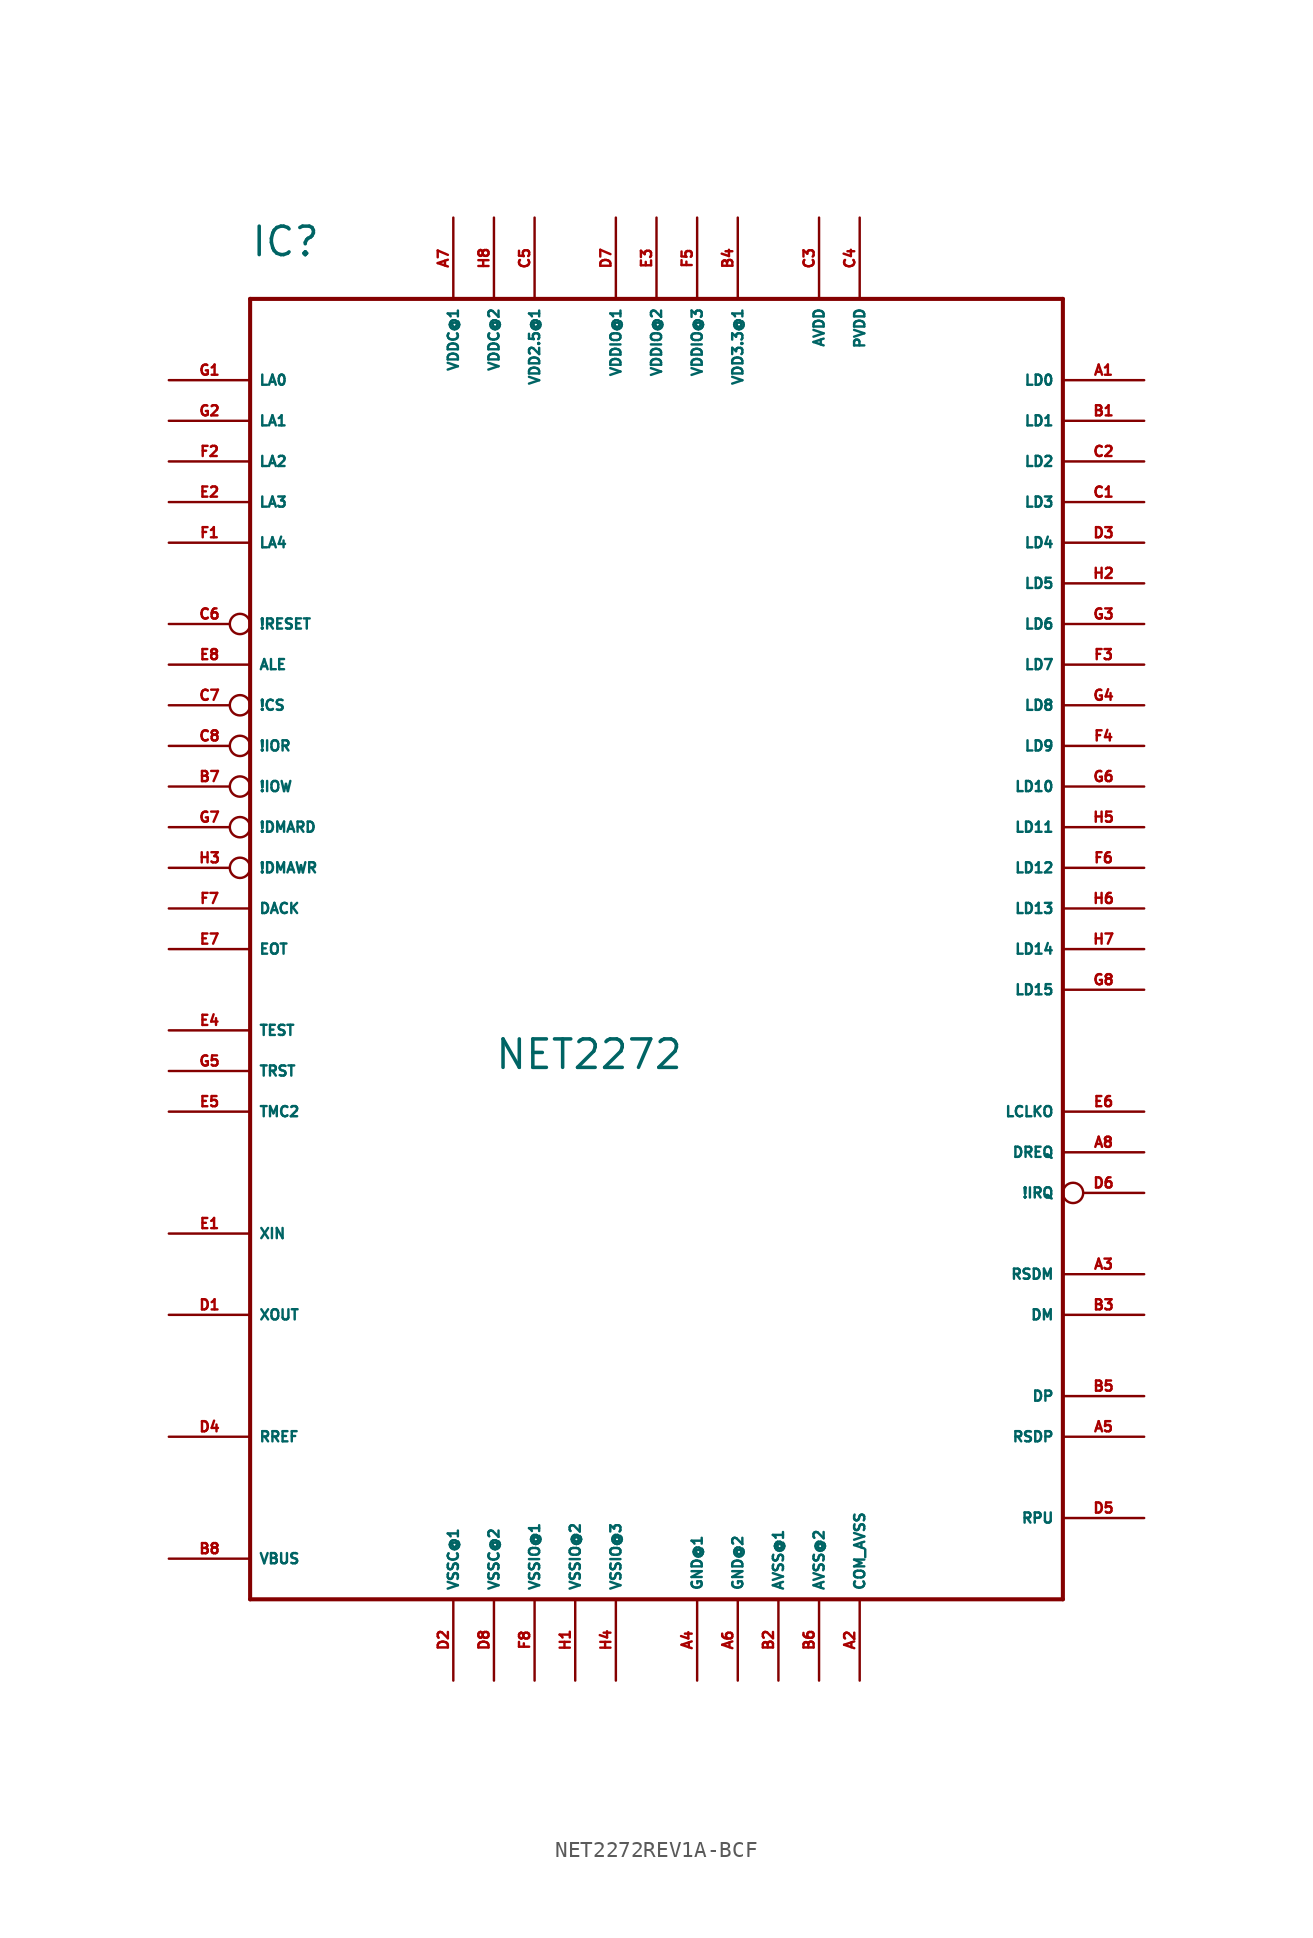
<source format=kicad_sym>
(kicad_symbol_lib
  (version 20220914)
  (generator Eagle2Kicad)
  (symbol "NET2272REV1A-BCF"
    (property "Reference" "IC"
      (at -25.4 43.18 0)
      (effects (font (size 1.778 1.778) (thickness 0.22)) (justify left bottom)))
    (property "Value" "NET2272"
      (at -10.16 -7.62 0)
      (effects (font (size 1.778 1.778) (thickness 0.22)) (justify left bottom)))
    (polyline
      (pts (xy -25.4 40.64) (xy 25.4 40.64))
      (stroke (width 0.254) (type default))
      (fill (type none)))
    (polyline
      (pts (xy 25.4 40.64) (xy 25.4 -40.64))
      (stroke (width 0.254) (type default))
      (fill (type none)))
    (polyline
      (pts (xy 25.4 -40.64) (xy -25.4 -40.64))
      (stroke (width 0.254) (type default))
      (fill (type none)))
    (polyline
      (pts (xy -25.4 -40.64) (xy -25.4 40.64))
      (stroke (width 0.254) (type default))
      (fill (type none)))
    (pin unspecified line
      (at -12.7 -45.72 90)
      (length 5.08)
      (name "VSSC@1" (effects (font (size 0.635 0.635) (thickness 0.08)) (justify left bottom)))
      (number "D2" (effects (font (size 0.635 0.635) (thickness 0.08)) (justify left bottom))))
    (pin unspecified line
      (at -10.16 -45.72 90)
      (length 5.08)
      (name "VSSC@2" (effects (font (size 0.635 0.635) (thickness 0.08)) (justify left bottom)))
      (number "D8" (effects (font (size 0.635 0.635) (thickness 0.08)) (justify left bottom))))
    (pin unspecified line
      (at -12.7 45.72 270)
      (length 5.08)
      (name "VDDC@1" (effects (font (size 0.635 0.635) (thickness 0.08)) (justify left bottom)))
      (number "A7" (effects (font (size 0.635 0.635) (thickness 0.08)) (justify left bottom))))
    (pin unspecified line
      (at -10.16 45.72 270)
      (length 5.08)
      (name "VDDC@2" (effects (font (size 0.635 0.635) (thickness 0.08)) (justify left bottom)))
      (number "H8" (effects (font (size 0.635 0.635) (thickness 0.08)) (justify left bottom))))
    (pin unspecified line
      (at -2.54 45.72 270)
      (length 5.08)
      (name "VDDIO@1" (effects (font (size 0.635 0.635) (thickness 0.08)) (justify left bottom)))
      (number "D7" (effects (font (size 0.635 0.635) (thickness 0.08)) (justify left bottom))))
    (pin unspecified line
      (at 0 45.72 270)
      (length 5.08)
      (name "VDDIO@2" (effects (font (size 0.635 0.635) (thickness 0.08)) (justify left bottom)))
      (number "E3" (effects (font (size 0.635 0.635) (thickness 0.08)) (justify left bottom))))
    (pin unspecified line
      (at 2.54 45.72 270)
      (length 5.08)
      (name "VDDIO@3" (effects (font (size 0.635 0.635) (thickness 0.08)) (justify left bottom)))
      (number "F5" (effects (font (size 0.635 0.635) (thickness 0.08)) (justify left bottom))))
    (pin unspecified line
      (at -7.62 -45.72 90)
      (length 5.08)
      (name "VSSIO@1" (effects (font (size 0.635 0.635) (thickness 0.08)) (justify left bottom)))
      (number "F8" (effects (font (size 0.635 0.635) (thickness 0.08)) (justify left bottom))))
    (pin unspecified line
      (at -5.08 -45.72 90)
      (length 5.08)
      (name "VSSIO@2" (effects (font (size 0.635 0.635) (thickness 0.08)) (justify left bottom)))
      (number "H1" (effects (font (size 0.635 0.635) (thickness 0.08)) (justify left bottom))))
    (pin unspecified line
      (at -2.54 -45.72 90)
      (length 5.08)
      (name "VSSIO@3" (effects (font (size 0.635 0.635) (thickness 0.08)) (justify left bottom)))
      (number "H4" (effects (font (size 0.635 0.635) (thickness 0.08)) (justify left bottom))))
    (pin bidirectional line
      (at 30.48 -27.94 180)
      (length 5.08)
      (name "DP" (effects (font (size 0.635 0.635) (thickness 0.08)) (justify left bottom)))
      (number "B5" (effects (font (size 0.635 0.635) (thickness 0.08)) (justify left bottom))))
    (pin bidirectional line
      (at 30.48 -22.86 180)
      (length 5.08)
      (name "DM" (effects (font (size 0.635 0.635) (thickness 0.08)) (justify left bottom)))
      (number "B3" (effects (font (size 0.635 0.635) (thickness 0.08)) (justify left bottom))))
    (pin output line
      (at 30.48 -30.48 180)
      (length 5.08)
      (name "RSDP" (effects (font (size 0.635 0.635) (thickness 0.08)) (justify left bottom)))
      (number "A5" (effects (font (size 0.635 0.635) (thickness 0.08)) (justify left bottom))))
    (pin output line
      (at 30.48 -20.32 180)
      (length 5.08)
      (name "RSDM" (effects (font (size 0.635 0.635) (thickness 0.08)) (justify left bottom)))
      (number "A3" (effects (font (size 0.635 0.635) (thickness 0.08)) (justify left bottom))))
    (pin output line
      (at 30.48 -35.56 180)
      (length 5.08)
      (name "RPU" (effects (font (size 0.635 0.635) (thickness 0.08)) (justify left bottom)))
      (number "D5" (effects (font (size 0.635 0.635) (thickness 0.08)) (justify left bottom))))
    (pin input line
      (at -30.48 -30.48 0)
      (length 5.08)
      (name "RREF" (effects (font (size 0.635 0.635) (thickness 0.08)) (justify left bottom)))
      (number "D4" (effects (font (size 0.635 0.635) (thickness 0.08)) (justify left bottom))))
    (pin unspecified line
      (at -7.62 45.72 270)
      (length 5.08)
      (name "VDD2.5@1" (effects (font (size 0.635 0.635) (thickness 0.08)) (justify left bottom)))
      (number "C5" (effects (font (size 0.635 0.635) (thickness 0.08)) (justify left bottom))))
    (pin unspecified line
      (at 5.08 45.72 270)
      (length 5.08)
      (name "VDD3.3@1" (effects (font (size 0.635 0.635) (thickness 0.08)) (justify left bottom)))
      (number "B4" (effects (font (size 0.635 0.635) (thickness 0.08)) (justify left bottom))))
    (pin unspecified line
      (at 12.7 45.72 270)
      (length 5.08)
      (name "PVDD" (effects (font (size 0.635 0.635) (thickness 0.08)) (justify left bottom)))
      (number "C4" (effects (font (size 0.635 0.635) (thickness 0.08)) (justify left bottom))))
    (pin unspecified line
      (at 10.16 45.72 270)
      (length 5.08)
      (name "AVDD" (effects (font (size 0.635 0.635) (thickness 0.08)) (justify left bottom)))
      (number "C3" (effects (font (size 0.635 0.635) (thickness 0.08)) (justify left bottom))))
    (pin unspecified line
      (at 2.54 -45.72 90)
      (length 5.08)
      (name "GND@1" (effects (font (size 0.635 0.635) (thickness 0.08)) (justify left bottom)))
      (number "A4" (effects (font (size 0.635 0.635) (thickness 0.08)) (justify left bottom))))
    (pin unspecified line
      (at 5.08 -45.72 90)
      (length 5.08)
      (name "GND@2" (effects (font (size 0.635 0.635) (thickness 0.08)) (justify left bottom)))
      (number "A6" (effects (font (size 0.635 0.635) (thickness 0.08)) (justify left bottom))))
    (pin unspecified line
      (at 7.62 -45.72 90)
      (length 5.08)
      (name "AVSS@1" (effects (font (size 0.635 0.635) (thickness 0.08)) (justify left bottom)))
      (number "B2" (effects (font (size 0.635 0.635) (thickness 0.08)) (justify left bottom))))
    (pin unspecified line
      (at 10.16 -45.72 90)
      (length 5.08)
      (name "AVSS@2" (effects (font (size 0.635 0.635) (thickness 0.08)) (justify left bottom)))
      (number "B6" (effects (font (size 0.635 0.635) (thickness 0.08)) (justify left bottom))))
    (pin unspecified line
      (at 12.7 -45.72 90)
      (length 5.08)
      (name "COM_AVSS" (effects (font (size 0.635 0.635) (thickness 0.08)) (justify left bottom)))
      (number "A2" (effects (font (size 0.635 0.635) (thickness 0.08)) (justify left bottom))))
    (pin input line
      (at -30.48 -17.78 0)
      (length 5.08)
      (name "XIN" (effects (font (size 0.635 0.635) (thickness 0.08)) (justify left bottom)))
      (number "E1" (effects (font (size 0.635 0.635) (thickness 0.08)) (justify left bottom))))
    (pin output line
      (at -30.48 -22.86 0)
      (length 5.08)
      (name "XOUT" (effects (font (size 0.635 0.635) (thickness 0.08)) (justify left bottom)))
      (number "D1" (effects (font (size 0.635 0.635) (thickness 0.08)) (justify left bottom))))
    (pin output line
      (at 30.48 -10.16 180)
      (length 5.08)
      (name "LCLKO" (effects (font (size 0.635 0.635) (thickness 0.08)) (justify left bottom)))
      (number "E6" (effects (font (size 0.635 0.635) (thickness 0.08)) (justify left bottom))))
    (pin input inverted
      (at -30.48 20.32 0)
      (length 5.08)
      (name "!RESET" (effects (font (size 0.635 0.635) (thickness 0.08)) (justify left bottom)))
      (number "C6" (effects (font (size 0.635 0.635) (thickness 0.08)) (justify left bottom))))
    (pin input line
      (at -30.48 -38.1 0)
      (length 5.08)
      (name "VBUS" (effects (font (size 0.635 0.635) (thickness 0.08)) (justify left bottom)))
      (number "B8" (effects (font (size 0.635 0.635) (thickness 0.08)) (justify left bottom))))
    (pin input line
      (at -30.48 -5.08 0)
      (length 5.08)
      (name "TEST" (effects (font (size 0.635 0.635) (thickness 0.08)) (justify left bottom)))
      (number "E4" (effects (font (size 0.635 0.635) (thickness 0.08)) (justify left bottom))))
    (pin input line
      (at -30.48 -7.62 0)
      (length 5.08)
      (name "TRST" (effects (font (size 0.635 0.635) (thickness 0.08)) (justify left bottom)))
      (number "G5" (effects (font (size 0.635 0.635) (thickness 0.08)) (justify left bottom))))
    (pin input line
      (at -30.48 -10.16 0)
      (length 5.08)
      (name "TMC2" (effects (font (size 0.635 0.635) (thickness 0.08)) (justify left bottom)))
      (number "E5" (effects (font (size 0.635 0.635) (thickness 0.08)) (justify left bottom))))
    (pin input line
      (at -30.48 35.56 0)
      (length 5.08)
      (name "LA0" (effects (font (size 0.635 0.635) (thickness 0.08)) (justify left bottom)))
      (number "G1" (effects (font (size 0.635 0.635) (thickness 0.08)) (justify left bottom))))
    (pin input line
      (at -30.48 33.02 0)
      (length 5.08)
      (name "LA1" (effects (font (size 0.635 0.635) (thickness 0.08)) (justify left bottom)))
      (number "G2" (effects (font (size 0.635 0.635) (thickness 0.08)) (justify left bottom))))
    (pin input line
      (at -30.48 30.48 0)
      (length 5.08)
      (name "LA2" (effects (font (size 0.635 0.635) (thickness 0.08)) (justify left bottom)))
      (number "F2" (effects (font (size 0.635 0.635) (thickness 0.08)) (justify left bottom))))
    (pin input line
      (at -30.48 27.94 0)
      (length 5.08)
      (name "LA3" (effects (font (size 0.635 0.635) (thickness 0.08)) (justify left bottom)))
      (number "E2" (effects (font (size 0.635 0.635) (thickness 0.08)) (justify left bottom))))
    (pin input line
      (at -30.48 25.4 0)
      (length 5.08)
      (name "LA4" (effects (font (size 0.635 0.635) (thickness 0.08)) (justify left bottom)))
      (number "F1" (effects (font (size 0.635 0.635) (thickness 0.08)) (justify left bottom))))
    (pin input line
      (at -30.48 17.78 0)
      (length 5.08)
      (name "ALE" (effects (font (size 0.635 0.635) (thickness 0.08)) (justify left bottom)))
      (number "E8" (effects (font (size 0.635 0.635) (thickness 0.08)) (justify left bottom))))
    (pin bidirectional line
      (at 30.48 35.56 180)
      (length 5.08)
      (name "LD0" (effects (font (size 0.635 0.635) (thickness 0.08)) (justify left bottom)))
      (number "A1" (effects (font (size 0.635 0.635) (thickness 0.08)) (justify left bottom))))
    (pin bidirectional line
      (at 30.48 33.02 180)
      (length 5.08)
      (name "LD1" (effects (font (size 0.635 0.635) (thickness 0.08)) (justify left bottom)))
      (number "B1" (effects (font (size 0.635 0.635) (thickness 0.08)) (justify left bottom))))
    (pin bidirectional line
      (at 30.48 30.48 180)
      (length 5.08)
      (name "LD2" (effects (font (size 0.635 0.635) (thickness 0.08)) (justify left bottom)))
      (number "C2" (effects (font (size 0.635 0.635) (thickness 0.08)) (justify left bottom))))
    (pin bidirectional line
      (at 30.48 27.94 180)
      (length 5.08)
      (name "LD3" (effects (font (size 0.635 0.635) (thickness 0.08)) (justify left bottom)))
      (number "C1" (effects (font (size 0.635 0.635) (thickness 0.08)) (justify left bottom))))
    (pin bidirectional line
      (at 30.48 25.4 180)
      (length 5.08)
      (name "LD4" (effects (font (size 0.635 0.635) (thickness 0.08)) (justify left bottom)))
      (number "D3" (effects (font (size 0.635 0.635) (thickness 0.08)) (justify left bottom))))
    (pin bidirectional line
      (at 30.48 22.86 180)
      (length 5.08)
      (name "LD5" (effects (font (size 0.635 0.635) (thickness 0.08)) (justify left bottom)))
      (number "H2" (effects (font (size 0.635 0.635) (thickness 0.08)) (justify left bottom))))
    (pin bidirectional line
      (at 30.48 20.32 180)
      (length 5.08)
      (name "LD6" (effects (font (size 0.635 0.635) (thickness 0.08)) (justify left bottom)))
      (number "G3" (effects (font (size 0.635 0.635) (thickness 0.08)) (justify left bottom))))
    (pin bidirectional line
      (at 30.48 17.78 180)
      (length 5.08)
      (name "LD7" (effects (font (size 0.635 0.635) (thickness 0.08)) (justify left bottom)))
      (number "F3" (effects (font (size 0.635 0.635) (thickness 0.08)) (justify left bottom))))
    (pin bidirectional line
      (at 30.48 15.24 180)
      (length 5.08)
      (name "LD8" (effects (font (size 0.635 0.635) (thickness 0.08)) (justify left bottom)))
      (number "G4" (effects (font (size 0.635 0.635) (thickness 0.08)) (justify left bottom))))
    (pin bidirectional line
      (at 30.48 12.7 180)
      (length 5.08)
      (name "LD9" (effects (font (size 0.635 0.635) (thickness 0.08)) (justify left bottom)))
      (number "F4" (effects (font (size 0.635 0.635) (thickness 0.08)) (justify left bottom))))
    (pin bidirectional line
      (at 30.48 10.16 180)
      (length 5.08)
      (name "LD10" (effects (font (size 0.635 0.635) (thickness 0.08)) (justify left bottom)))
      (number "G6" (effects (font (size 0.635 0.635) (thickness 0.08)) (justify left bottom))))
    (pin bidirectional line
      (at 30.48 7.62 180)
      (length 5.08)
      (name "LD11" (effects (font (size 0.635 0.635) (thickness 0.08)) (justify left bottom)))
      (number "H5" (effects (font (size 0.635 0.635) (thickness 0.08)) (justify left bottom))))
    (pin bidirectional line
      (at 30.48 5.08 180)
      (length 5.08)
      (name "LD12" (effects (font (size 0.635 0.635) (thickness 0.08)) (justify left bottom)))
      (number "F6" (effects (font (size 0.635 0.635) (thickness 0.08)) (justify left bottom))))
    (pin bidirectional line
      (at 30.48 2.54 180)
      (length 5.08)
      (name "LD13" (effects (font (size 0.635 0.635) (thickness 0.08)) (justify left bottom)))
      (number "H6" (effects (font (size 0.635 0.635) (thickness 0.08)) (justify left bottom))))
    (pin bidirectional line
      (at 30.48 0 180)
      (length 5.08)
      (name "LD14" (effects (font (size 0.635 0.635) (thickness 0.08)) (justify left bottom)))
      (number "H7" (effects (font (size 0.635 0.635) (thickness 0.08)) (justify left bottom))))
    (pin bidirectional line
      (at 30.48 -2.54 180)
      (length 5.08)
      (name "LD15" (effects (font (size 0.635 0.635) (thickness 0.08)) (justify left bottom)))
      (number "G8" (effects (font (size 0.635 0.635) (thickness 0.08)) (justify left bottom))))
    (pin input inverted
      (at -30.48 12.7 0)
      (length 5.08)
      (name "!IOR" (effects (font (size 0.635 0.635) (thickness 0.08)) (justify left bottom)))
      (number "C8" (effects (font (size 0.635 0.635) (thickness 0.08)) (justify left bottom))))
    (pin input inverted
      (at -30.48 10.16 0)
      (length 5.08)
      (name "!IOW" (effects (font (size 0.635 0.635) (thickness 0.08)) (justify left bottom)))
      (number "B7" (effects (font (size 0.635 0.635) (thickness 0.08)) (justify left bottom))))
    (pin output inverted
      (at 30.48 -15.24 180)
      (length 5.08)
      (name "!IRQ" (effects (font (size 0.635 0.635) (thickness 0.08)) (justify left bottom)))
      (number "D6" (effects (font (size 0.635 0.635) (thickness 0.08)) (justify left bottom))))
    (pin input inverted
      (at -30.48 15.24 0)
      (length 5.08)
      (name "!CS" (effects (font (size 0.635 0.635) (thickness 0.08)) (justify left bottom)))
      (number "C7" (effects (font (size 0.635 0.635) (thickness 0.08)) (justify left bottom))))
    (pin input inverted
      (at -30.48 5.08 0)
      (length 5.08)
      (name "!DMAWR" (effects (font (size 0.635 0.635) (thickness 0.08)) (justify left bottom)))
      (number "H3" (effects (font (size 0.635 0.635) (thickness 0.08)) (justify left bottom))))
    (pin input inverted
      (at -30.48 7.62 0)
      (length 5.08)
      (name "!DMARD" (effects (font (size 0.635 0.635) (thickness 0.08)) (justify left bottom)))
      (number "G7" (effects (font (size 0.635 0.635) (thickness 0.08)) (justify left bottom))))
    (pin output line
      (at 30.48 -12.7 180)
      (length 5.08)
      (name "DREQ" (effects (font (size 0.635 0.635) (thickness 0.08)) (justify left bottom)))
      (number "A8" (effects (font (size 0.635 0.635) (thickness 0.08)) (justify left bottom))))
    (pin input line
      (at -30.48 2.54 0)
      (length 5.08)
      (name "DACK" (effects (font (size 0.635 0.635) (thickness 0.08)) (justify left bottom)))
      (number "F7" (effects (font (size 0.635 0.635) (thickness 0.08)) (justify left bottom))))
    (pin input line
      (at -30.48 0 0)
      (length 5.08)
      (name "EOT" (effects (font (size 0.635 0.635) (thickness 0.08)) (justify left bottom)))
      (number "E7" (effects (font (size 0.635 0.635) (thickness 0.08)) (justify left bottom))))))
</source>
